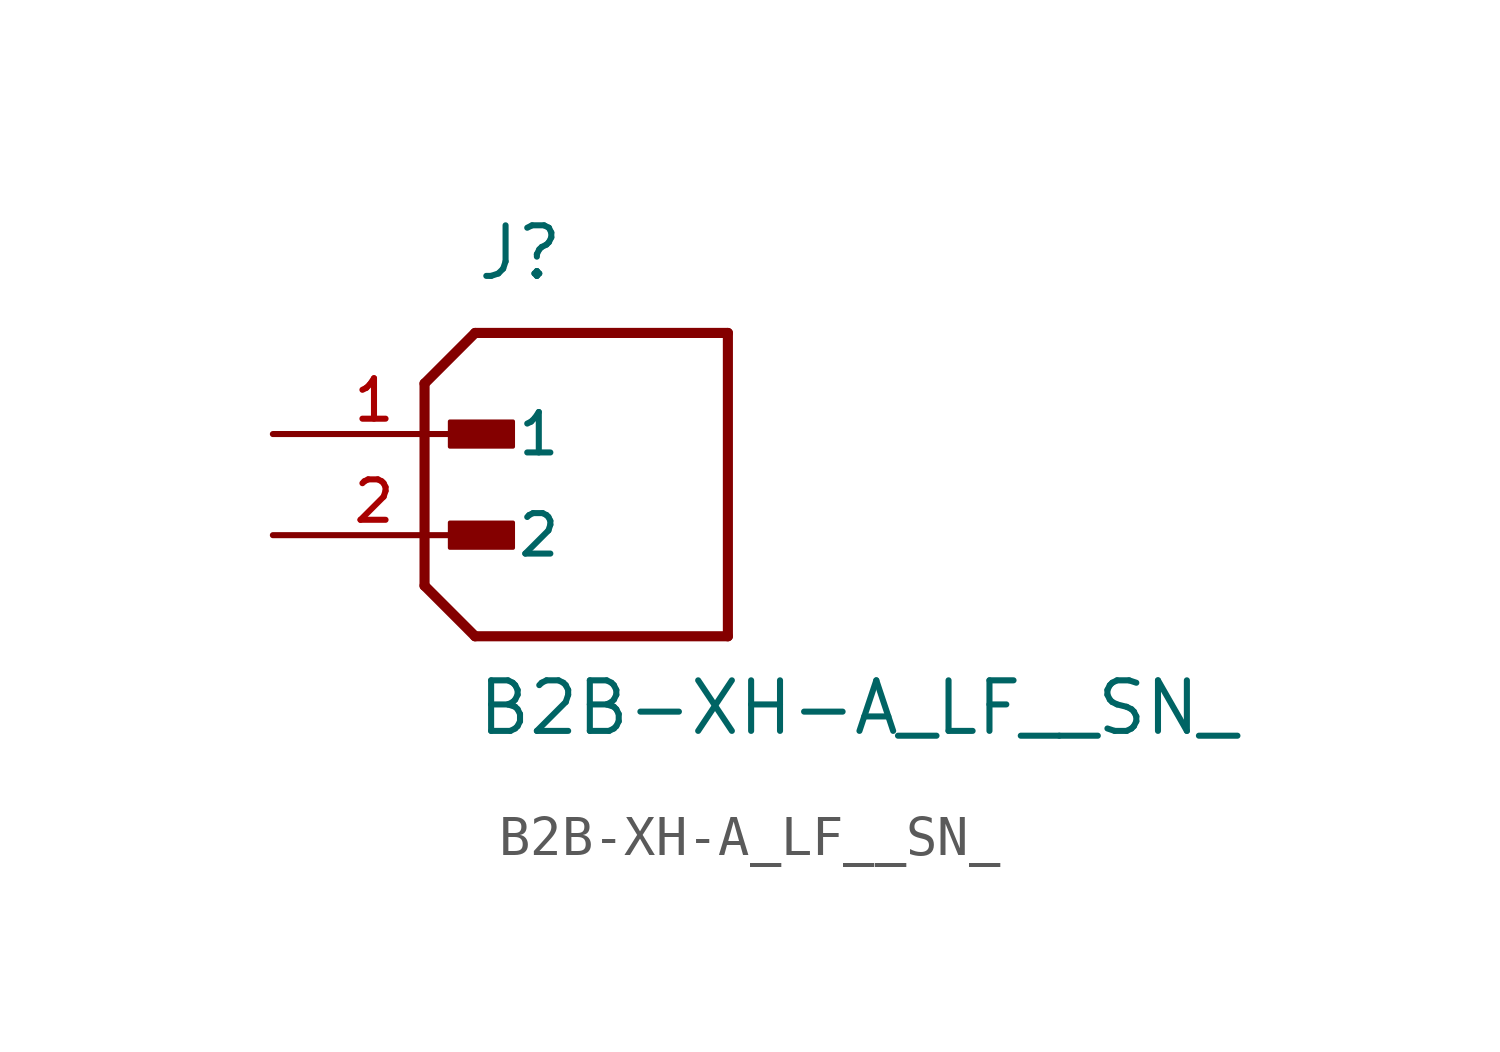
<source format=kicad_sym>
(kicad_symbol_lib
  (version 20211014)
  (generator kicad_symbol_editor)
  (symbol "B2B-XH-A_LF__SN_"
    (pin_names
      (offset 1.016))
    (property "Reference" "J"
      (at -2.54 6.35 0)
      (effects (font (size 1.27 1.27)) (justify bottom left)))
    (property "Value" "B2B-XH-A_LF__SN_"
      (at -2.54 -5.08 0)
      (effects (font (size 1.27 1.27)) (justify bottom left)))
    (symbol "B2B-XH-A_LF__SN__0_0"
      (polyline (pts (xy -3.81 3.81) (xy -2.54 5.08)) (stroke (width 0.254)))
      (polyline (pts (xy -3.81 3.81) (xy -3.81 -1.27)) (stroke (width 0.254)))
      (polyline (pts (xy -3.81 -1.27) (xy -2.54 -2.54)) (stroke (width 0.254)))
      (polyline (pts (xy -2.54 -2.54) (xy 3.81 -2.54)) (stroke (width 0.254)))
      (polyline (pts (xy 3.81 -2.54) (xy 3.81 5.08)) (stroke (width 0.254)))
      (polyline (pts (xy 3.81 5.08) (xy -2.54 5.08)) (stroke (width 0.254)))
      (rectangle (start -3.175 2.223) (end -1.587 2.857) (stroke (width 0.1)) (fill (type outline)))
      (rectangle (start -3.175 -0.318) (end -1.587 0.318) (stroke (width 0.1)) (fill (type outline)))
      (pin passive line (at -7.62 2.54 0) (length 5.08) (name "1" (effects (font (size 1.016 1.016)))) (number "1" (effects (font (size 1.016 1.016)))))
      (pin passive line (at -7.62 0.0 0) (length 5.08) (name "2" (effects (font (size 1.016 1.016)))) (number "2" (effects (font (size 1.016 1.016))))))))
</source>
